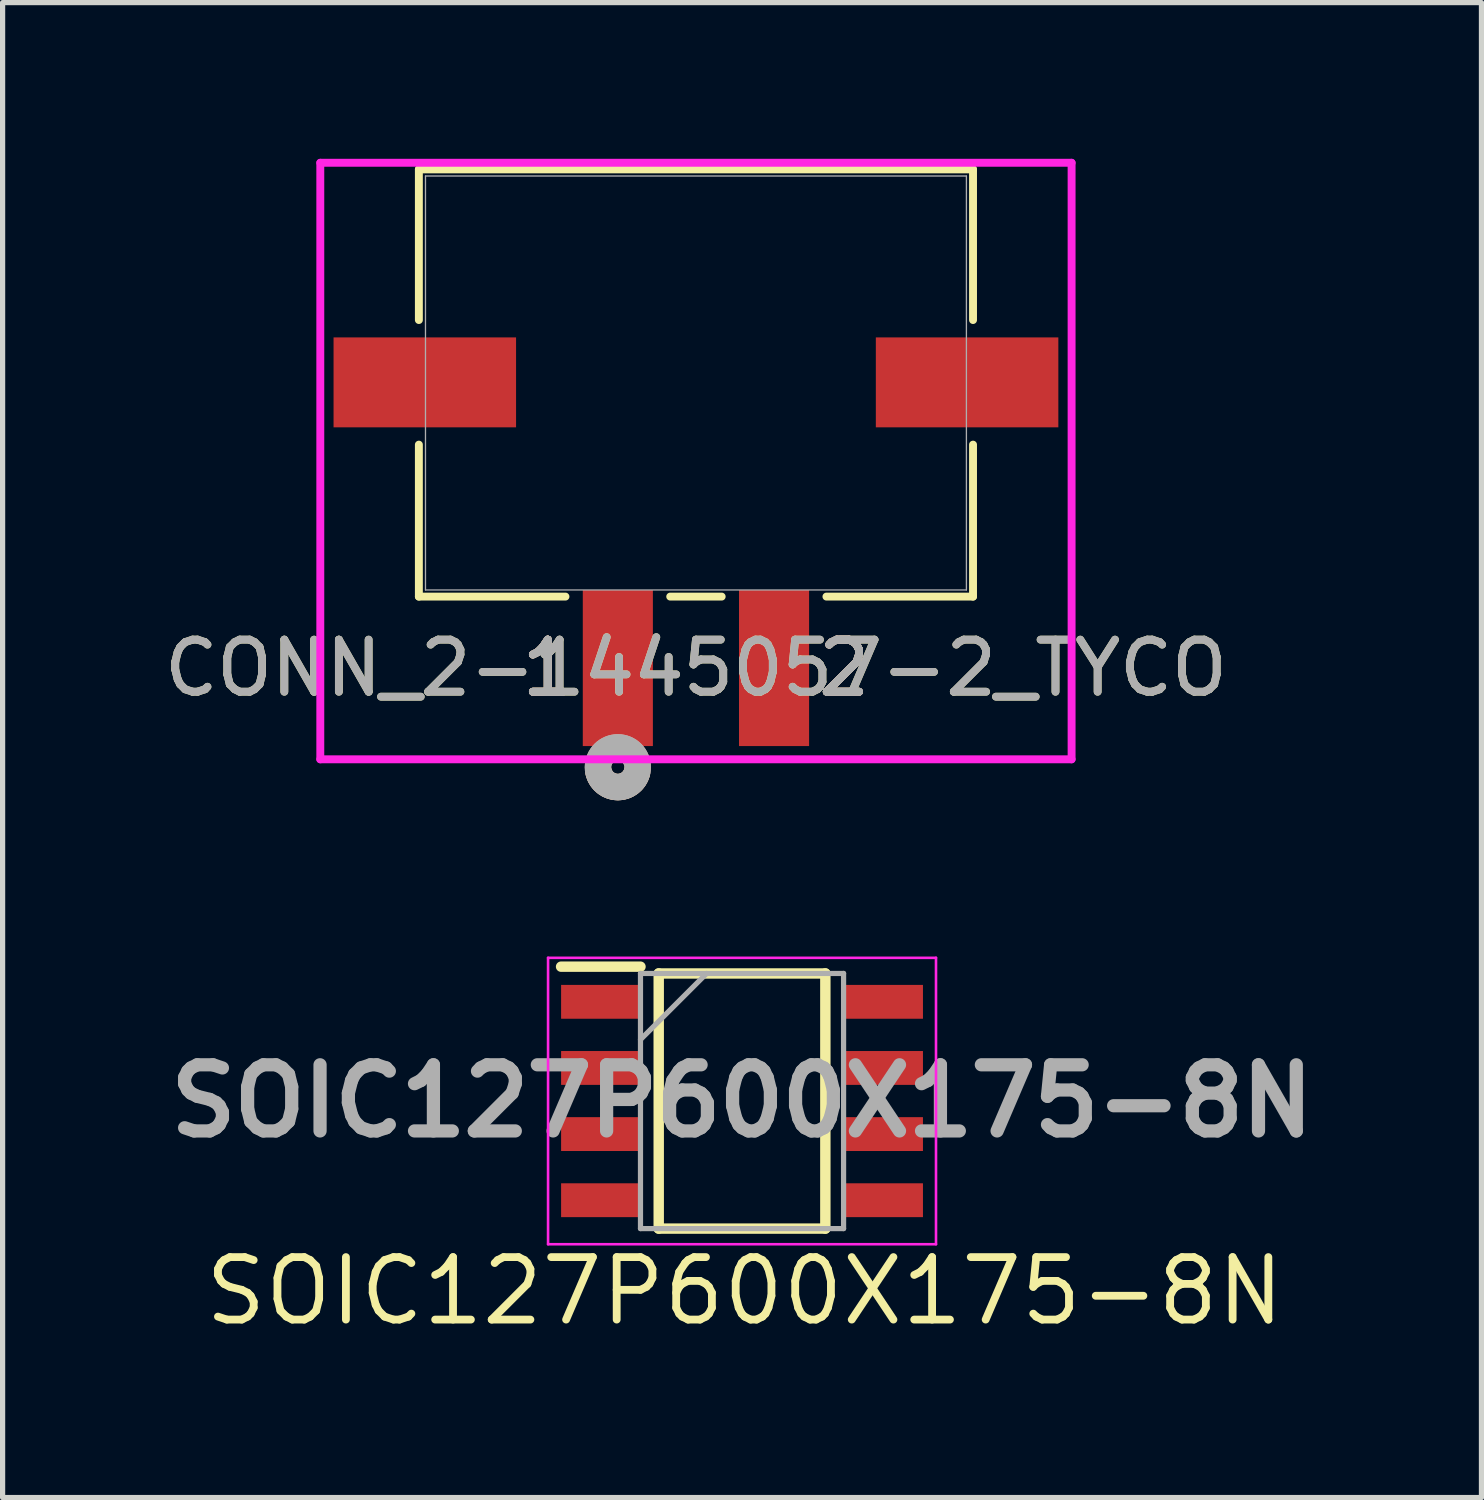
<source format=kicad_pcb>
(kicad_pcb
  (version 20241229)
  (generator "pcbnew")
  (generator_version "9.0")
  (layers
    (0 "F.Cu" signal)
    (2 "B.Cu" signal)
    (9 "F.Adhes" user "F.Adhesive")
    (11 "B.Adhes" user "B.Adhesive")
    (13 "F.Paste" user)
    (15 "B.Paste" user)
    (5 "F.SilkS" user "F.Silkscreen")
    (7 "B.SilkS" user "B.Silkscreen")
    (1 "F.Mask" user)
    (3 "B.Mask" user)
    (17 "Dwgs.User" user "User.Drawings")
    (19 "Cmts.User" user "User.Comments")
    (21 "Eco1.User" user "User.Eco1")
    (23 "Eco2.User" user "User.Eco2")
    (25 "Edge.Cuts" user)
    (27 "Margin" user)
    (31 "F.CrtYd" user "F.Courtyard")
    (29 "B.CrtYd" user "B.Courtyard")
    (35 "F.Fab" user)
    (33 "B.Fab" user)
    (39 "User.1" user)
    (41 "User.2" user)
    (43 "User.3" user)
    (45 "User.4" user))
  (footprint "SOIC127P600X175-8N"
    (layer "F.Cu")
    (at 11.2 18.094)
    (property "Reference" "SOIC127P600X175-8N" (at 0.05 3.65 0) (layer "F.SilkS") (effects (font (size 1.2 1.2) (thickness 0.15))))
    (attr smd)
    (fp_line (start -3.475 -2.58) (end -1.95 -2.58) (stroke (width 0.2) (type solid)) (layer "F.SilkS"))
    (fp_line (start -1.6 -2.45) (end 1.6 -2.45) (stroke (width 0.2) (type solid)) (layer "F.SilkS"))
    (fp_line (start -1.6 2.45) (end -1.6 -2.45) (stroke (width 0.2) (type solid)) (layer "F.SilkS"))
    (fp_line (start 1.6 -2.45) (end 1.6 2.45) (stroke (width 0.2) (type solid)) (layer "F.SilkS"))
    (fp_line (start 1.6 2.45) (end -1.6 2.45) (stroke (width 0.2) (type solid)) (layer "F.SilkS"))
    (fp_line (start -3.725 -2.75) (end 3.725 -2.75) (stroke (width 0.05) (type solid)) (layer "F.CrtYd"))
    (fp_line (start -3.725 2.75) (end -3.725 -2.75) (stroke (width 0.05) (type solid)) (layer "F.CrtYd"))
    (fp_line (start 3.725 -2.75) (end 3.725 2.75) (stroke (width 0.05) (type solid)) (layer "F.CrtYd"))
    (fp_line (start 3.725 2.75) (end -3.725 2.75) (stroke (width 0.05) (type solid)) (layer "F.CrtYd"))
    (fp_line (start -1.95 -2.45) (end 1.95 -2.45) (stroke (width 0.1) (type solid)) (layer "F.Fab"))
    (fp_line (start -1.95 -1.18) (end -0.68 -2.45) (stroke (width 0.1) (type solid)) (layer "F.Fab"))
    (fp_line (start -1.95 2.45) (end -1.95 -2.45) (stroke (width 0.1) (type solid)) (layer "F.Fab"))
    (fp_line (start 1.95 -2.45) (end 1.95 2.45) (stroke (width 0.1) (type solid)) (layer "F.Fab"))
    (fp_line (start 1.95 2.45) (end -1.95 2.45) (stroke (width 0.1) (type solid)) (layer "F.Fab"))
    (fp_text user "${REFERENCE}" (at 0 0 0) (layer "F.Fab") (effects (font (size 1.27 1.27) (thickness 0.254))))
    (pad "1" smd rect (at -2.712 -1.905 90) (size 0.65 1.525) (layers "F.Cu" "F.Mask" "F.Paste"))
    (pad "2" smd rect (at -2.712 -0.635 90) (size 0.65 1.525) (layers "F.Cu" "F.Mask" "F.Paste"))
    (pad "3" smd rect (at -2.712 0.635 90) (size 0.65 1.525) (layers "F.Cu" "F.Mask" "F.Paste"))
    (pad "4" smd rect (at -2.712 1.905 90) (size 0.65 1.525) (layers "F.Cu" "F.Mask" "F.Paste"))
    (pad "5" smd rect (at 2.712 1.905 90) (size 0.65 1.525) (layers "F.Cu" "F.Mask" "F.Paste"))
    (pad "6" smd rect (at 2.712 0.635 90) (size 0.65 1.525) (layers "F.Cu" "F.Mask" "F.Paste"))
    (pad "7" smd rect (at 2.712 -0.635 90) (size 0.65 1.525) (layers "F.Cu" "F.Mask" "F.Paste"))
    (pad "8" smd rect (at 2.712 -1.905 90) (size 0.65 1.525) (layers "F.Cu" "F.Mask" "F.Paste")))
  (footprint "CONN_2-1445057-2_TYCO"
    (layer "F.Cu")
    (at 8.815 9.779)
    (property "Reference" "CONN_2-1445057-2_TYCO" (at 1.5 0 0) (unlocked yes) (layer "F.SilkS") (effects (font (size 1 1) (thickness 0.15))))
    (attr smd)
    (fp_line (start -3.821 -9.576) (end -3.821 -6.683) (stroke (width 0.152) (type solid)) (layer "F.SilkS"))
    (fp_line (start -3.821 -4.29) (end -3.821 -1.372) (stroke (width 0.152) (type solid)) (layer "F.SilkS"))
    (fp_line (start -3.821 -1.372) (end -1.006 -1.372) (stroke (width 0.152) (type solid)) (layer "F.SilkS"))
    (fp_line (start 1.006 -1.372) (end 1.994 -1.372) (stroke (width 0.152) (type solid)) (layer "F.SilkS"))
    (fp_line (start 4.006 -1.372) (end 6.821 -1.372) (stroke (width 0.152) (type solid)) (layer "F.SilkS"))
    (fp_line (start 6.821 -9.576) (end -3.821 -9.576) (stroke (width 0.152) (type solid)) (layer "F.SilkS"))
    (fp_line (start 6.821 -6.683) (end 6.821 -9.576) (stroke (width 0.152) (type solid)) (layer "F.SilkS"))
    (fp_line (start 6.821 -1.372) (end 6.821 -4.29) (stroke (width 0.152) (type solid)) (layer "F.SilkS"))
    (fp_arc (start 0.366491 2.00914) (mid 0 2.286) (end -0.366491 2.00914) (stroke (width 0.508) (type solid)) (layer "F.SilkS"))
    (fp_circle (center 0 1.905) (end 0.381 1.905) (stroke (width 0.508) (type solid)) (fill no) (layer "B.SilkS"))
    (fp_line (start -5.714 -9.703) (end -5.714 1.753) (stroke (width 0.152) (type solid)) (layer "F.CrtYd"))
    (fp_line (start -5.714 1.753) (end 8.714 1.753) (stroke (width 0.152) (type solid)) (layer "F.CrtYd"))
    (fp_line (start 8.714 -9.703) (end -5.714 -9.703) (stroke (width 0.152) (type solid)) (layer "F.CrtYd"))
    (fp_line (start 8.714 1.753) (end 8.714 -9.703) (stroke (width 0.152) (type solid)) (layer "F.CrtYd"))
    (fp_line (start -3.694 -9.449) (end -3.694 -1.499) (stroke (width 0.025) (type solid)) (layer "F.Fab"))
    (fp_line (start -3.694 -1.499) (end 6.694 -1.499) (stroke (width 0.025) (type solid)) (layer "F.Fab"))
    (fp_line (start 6.694 -9.449) (end -3.694 -9.449) (stroke (width 0.025) (type solid)) (layer "F.Fab"))
    (fp_line (start 6.694 -1.499) (end 6.694 -9.449) (stroke (width 0.025) (type solid)) (layer "F.Fab"))
    (fp_circle (center 0 1.905) (end 0.381 1.905) (stroke (width 0.508) (type solid)) (fill no) (layer "F.Fab"))
    (fp_text user "2" (at 4.346 0 0) (unlocked yes) (layer "F.SilkS") (effects (font (size 1 1) (thickness 0.15))))
    (fp_text user "1" (at -1.346 0 0) (unlocked yes) (layer "F.SilkS") (effects (font (size 1 1) (thickness 0.15))))
    (fp_text user "2" (at 4.346 0 0) (unlocked yes) (layer "F.SilkS") (effects (font (size 1 1) (thickness 0.15))))
    (fp_text user "1" (at -1.346 0 0) (unlocked yes) (layer "F.SilkS") (effects (font (size 1 1) (thickness 0.15))))
    (fp_text user "2" (at 4.346 0 0) (unlocked yes) (layer "B.SilkS") (effects (font (size 1 1) (thickness 0.15))))
    (fp_text user "2" (at 4.346 0 0) (unlocked yes) (layer "B.SilkS") (effects (font (size 1 1) (thickness 0.15))))
    (fp_text user "1" (at -1.346 0 0) (unlocked yes) (layer "B.SilkS") (effects (font (size 1 1) (thickness 0.15))))
    (fp_text user "1" (at -1.346 0 0) (unlocked yes) (layer "B.SilkS") (effects (font (size 1 1) (thickness 0.15))))
    (fp_text user "2" (at 4.346 0 0) (unlocked yes) (layer "F.Fab") (effects (font (size 1 1) (thickness 0.15))))
    (fp_text user "1" (at -1.346 0 0) (unlocked yes) (layer "F.Fab") (effects (font (size 1 1) (thickness 0.15))))
    (fp_text user "1" (at -1.346 0 0) (unlocked yes) (layer "F.Fab") (effects (font (size 1 1) (thickness 0.15))))
    (fp_text user "${REFERENCE}" (at 1.5 0 0) (unlocked yes) (layer "F.Fab") (effects (font (size 1 1) (thickness 0.15))))
    (fp_text user "2" (at 4.346 0 0) (unlocked yes) (layer "F.Fab") (effects (font (size 1 1) (thickness 0.15))))
    (pad "1" smd rect (at 0 0) (size 1.346 2.997) (layers "F.Cu" "F.Mask" "F.Paste"))
    (pad "2" smd rect (at 3 0) (size 1.346 2.997) (layers "F.Cu" "F.Mask" "F.Paste"))
    (pad "7" smd rect (at -3.707 -5.486) (size 3.505 1.727) (layers "F.Cu" "F.Mask" "F.Paste"))
    (pad "8" smd rect (at 6.707 -5.486) (size 3.505 1.727) (layers "F.Cu" "F.Mask" "F.Paste")))
  (gr_rect
    (start -3 -3)
    (end 25.4 25.709)
    (stroke (width 0.1) (type default))
    (fill no)
    (layer "Edge.Cuts")))
</source>
